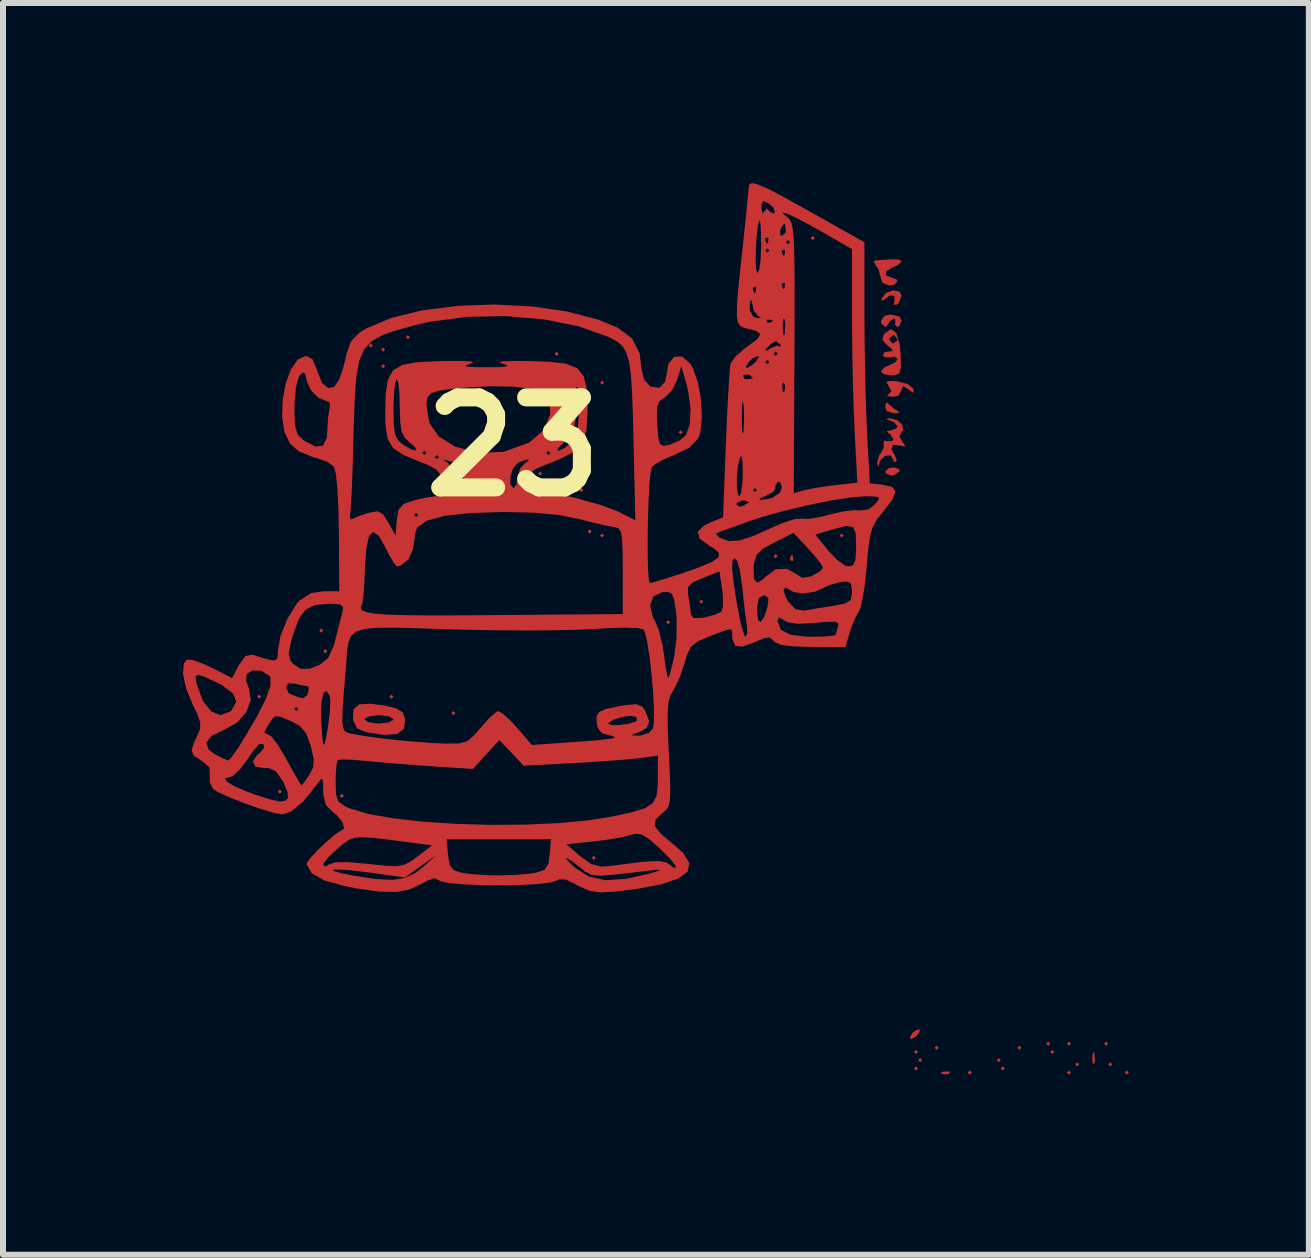
<source format=kicad_pcb>
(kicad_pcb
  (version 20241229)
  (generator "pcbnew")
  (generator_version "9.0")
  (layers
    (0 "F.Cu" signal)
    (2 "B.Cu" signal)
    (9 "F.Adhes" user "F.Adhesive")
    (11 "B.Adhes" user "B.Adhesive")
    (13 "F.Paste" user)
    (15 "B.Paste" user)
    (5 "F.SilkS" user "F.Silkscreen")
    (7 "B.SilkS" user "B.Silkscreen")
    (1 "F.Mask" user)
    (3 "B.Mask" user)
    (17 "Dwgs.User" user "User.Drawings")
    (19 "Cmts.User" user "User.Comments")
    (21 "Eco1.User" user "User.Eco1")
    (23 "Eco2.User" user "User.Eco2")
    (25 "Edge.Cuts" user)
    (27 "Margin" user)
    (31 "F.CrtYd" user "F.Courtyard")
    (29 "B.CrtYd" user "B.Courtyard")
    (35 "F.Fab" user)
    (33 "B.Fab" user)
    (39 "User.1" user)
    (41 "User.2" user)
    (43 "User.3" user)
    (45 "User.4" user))
  (footprint "23"
    (layer "F.Cu")
    (at 5.502 4.393)
    (property "Reference" "23" (at 0 0 0) (layer "F.SilkS") (effects (font (size 1.5 1.5) (thickness 0.3))))
    (attr board_only exclude_from_pos_files exclude_from_bom)
    (fp_poly (pts (xy -4.199 4.164) (xy -4.233 4.199) (xy -4.268 4.164) (xy -4.233 4.13)) (stroke (width 0) (type solid)) (fill yes) (layer "F.Cu"))
    (fp_poly (pts (xy -3.855 5.748) (xy -3.889 5.782) (xy -3.924 5.748) (xy -3.889 5.713)) (stroke (width 0) (type solid)) (fill yes) (layer "F.Cu"))
    (fp_poly (pts (xy -3.166 3.063) (xy -3.201 3.098) (xy -3.235 3.063) (xy -3.201 3.029)) (stroke (width 0) (type solid)) (fill yes) (layer "F.Cu"))
    (fp_poly (pts (xy -3.098 3.407) (xy -3.132 3.442) (xy -3.166 3.407) (xy -3.132 3.373)) (stroke (width 0) (type solid)) (fill yes) (layer "F.Cu"))
    (fp_poly (pts (xy -2.822 5.817) (xy -2.857 5.851) (xy -2.891 5.817) (xy -2.857 5.782)) (stroke (width 0) (type solid)) (fill yes) (layer "F.Cu"))
    (fp_poly (pts (xy -2.34 -1.686) (xy -2.375 -1.652) (xy -2.409 -1.686) (xy -2.375 -1.721)) (stroke (width 0) (type solid)) (fill yes) (layer "F.Cu"))
    (fp_poly (pts (xy -2.134 -1.618) (xy -2.168 -1.583) (xy -2.203 -1.618) (xy -2.168 -1.652)) (stroke (width 0) (type solid)) (fill yes) (layer "F.Cu"))
    (fp_poly (pts (xy -2.134 -1.342) (xy -2.168 -1.308) (xy -2.203 -1.342) (xy -2.168 -1.377)) (stroke (width 0) (type solid)) (fill yes) (layer "F.Cu"))
    (fp_poly (pts (xy -1.996 4.164) (xy -2.031 4.199) (xy -2.065 4.164) (xy -2.031 4.13)) (stroke (width 0) (type solid)) (fill yes) (layer "F.Cu"))
    (fp_poly (pts (xy -1.721 -1.824) (xy -1.755 -1.79) (xy -1.79 -1.824) (xy -1.755 -1.859)) (stroke (width 0) (type solid)) (fill yes) (layer "F.Cu"))
    (fp_poly (pts (xy -0.964 4.44) (xy -0.998 4.474) (xy -1.033 4.44) (xy -0.998 4.405)) (stroke (width 0) (type solid)) (fill yes) (layer "F.Cu"))
    (fp_poly (pts (xy 0.482 0.447) (xy 0.447 0.482) (xy 0.413 0.447) (xy 0.447 0.413)) (stroke (width 0) (type solid)) (fill yes) (layer "F.Cu"))
    (fp_poly (pts (xy 0.757 -1.549) (xy 0.723 -1.514) (xy 0.688 -1.549) (xy 0.723 -1.583)) (stroke (width 0) (type solid)) (fill yes) (layer "F.Cu"))
    (fp_poly (pts (xy 1.101 0.241) (xy 1.067 0.275) (xy 1.033 0.241) (xy 1.067 0.207)) (stroke (width 0) (type solid)) (fill yes) (layer "F.Cu"))
    (fp_poly (pts (xy 1.101 0.379) (xy 1.067 0.413) (xy 1.033 0.379) (xy 1.067 0.344)) (stroke (width 0) (type solid)) (fill yes) (layer "F.Cu"))
    (fp_poly (pts (xy 1.17 0.723) (xy 1.136 0.757) (xy 1.101 0.723) (xy 1.136 0.688)) (stroke (width 0) (type solid)) (fill yes) (layer "F.Cu"))
    (fp_poly (pts (xy 1.308 1.411) (xy 1.273 1.446) (xy 1.239 1.411) (xy 1.273 1.377)) (stroke (width 0) (type solid)) (fill yes) (layer "F.Cu"))
    (fp_poly (pts (xy 1.377 6.849) (xy 1.342 6.883) (xy 1.308 6.849) (xy 1.342 6.815)) (stroke (width 0) (type solid)) (fill yes) (layer "F.Cu"))
    (fp_poly (pts (xy 1.514 -1.067) (xy 1.48 -1.033) (xy 1.446 -1.067) (xy 1.48 -1.101)) (stroke (width 0) (type solid)) (fill yes) (layer "F.Cu"))
    (fp_poly (pts (xy 1.514 1.48) (xy 1.48 1.514) (xy 1.446 1.48) (xy 1.48 1.446)) (stroke (width 0) (type solid)) (fill yes) (layer "F.Cu"))
    (fp_poly (pts (xy 2.616 2.925) (xy 2.581 2.96) (xy 2.547 2.925) (xy 2.581 2.891)) (stroke (width 0) (type solid)) (fill yes) (layer "F.Cu"))
    (fp_poly (pts (xy 2.822 -0.241) (xy 2.788 -0.207) (xy 2.753 -0.241) (xy 2.788 -0.275)) (stroke (width 0) (type solid)) (fill yes) (layer "F.Cu"))
    (fp_poly (pts (xy 3.166 2.581) (xy 3.132 2.616) (xy 3.098 2.581) (xy 3.132 2.547)) (stroke (width 0) (type solid)) (fill yes) (layer "F.Cu"))
    (fp_poly (pts (xy 4.405 1.824) (xy 4.371 1.859) (xy 4.337 1.824) (xy 4.371 1.79)) (stroke (width 0) (type solid)) (fill yes) (layer "F.Cu"))
    (fp_poly (pts (xy 5.025 -3.476) (xy 4.991 -3.442) (xy 4.956 -3.476) (xy 4.991 -3.511)) (stroke (width 0) (type solid)) (fill yes) (layer "F.Cu"))
    (fp_poly (pts (xy 5.507 1.48) (xy 5.472 1.514) (xy 5.438 1.48) (xy 5.472 1.446)) (stroke (width 0) (type solid)) (fill yes) (layer "F.Cu"))
    (fp_poly (pts (xy 6.746 10.084) (xy 6.711 10.119) (xy 6.677 10.084) (xy 6.711 10.05)) (stroke (width 0) (type solid)) (fill yes) (layer "F.Cu"))
    (fp_poly (pts (xy 6.746 10.36) (xy 6.711 10.394) (xy 6.677 10.36) (xy 6.711 10.325)) (stroke (width 0) (type solid)) (fill yes) (layer "F.Cu"))
    (fp_poly (pts (xy 6.815 10.222) (xy 6.78 10.256) (xy 6.746 10.222) (xy 6.78 10.188)) (stroke (width 0) (type solid)) (fill yes) (layer "F.Cu"))
    (fp_poly (pts (xy 7.09 10.015) (xy 7.056 10.05) (xy 7.021 10.015) (xy 7.056 9.981)) (stroke (width 0) (type solid)) (fill yes) (layer "F.Cu"))
    (fp_poly (pts (xy 7.641 10.428) (xy 7.606 10.463) (xy 7.572 10.428) (xy 7.606 10.394)) (stroke (width 0) (type solid)) (fill yes) (layer "F.Cu"))
    (fp_poly (pts (xy 8.122 10.222) (xy 8.088 10.256) (xy 8.054 10.222) (xy 8.088 10.188)) (stroke (width 0) (type solid)) (fill yes) (layer "F.Cu"))
    (fp_poly (pts (xy 8.191 10.36) (xy 8.157 10.394) (xy 8.122 10.36) (xy 8.157 10.325)) (stroke (width 0) (type solid)) (fill yes) (layer "F.Cu"))
    (fp_poly (pts (xy 8.467 10.015) (xy 8.432 10.05) (xy 8.398 10.015) (xy 8.432 9.981)) (stroke (width 0) (type solid)) (fill yes) (layer "F.Cu"))
    (fp_poly (pts (xy 8.949 9.947) (xy 8.914 9.981) (xy 8.88 9.947) (xy 8.914 9.912)) (stroke (width 0) (type solid)) (fill yes) (layer "F.Cu"))
    (fp_poly (pts (xy 9.017 10.084) (xy 8.983 10.119) (xy 8.949 10.084) (xy 8.983 10.05)) (stroke (width 0) (type solid)) (fill yes) (layer "F.Cu"))
    (fp_poly (pts (xy 9.293 9.947) (xy 9.258 9.981) (xy 9.224 9.947) (xy 9.258 9.912)) (stroke (width 0) (type solid)) (fill yes) (layer "F.Cu"))
    (fp_poly (pts (xy 9.293 10.428) (xy 9.258 10.463) (xy 9.224 10.428) (xy 9.258 10.394)) (stroke (width 0) (type solid)) (fill yes) (layer "F.Cu"))
    (fp_poly (pts (xy 9.43 10.291) (xy 9.396 10.325) (xy 9.362 10.291) (xy 9.396 10.256)) (stroke (width 0) (type solid)) (fill yes) (layer "F.Cu"))
    (fp_poly (pts (xy 9.912 9.947) (xy 9.878 9.981) (xy 9.843 9.947) (xy 9.878 9.912)) (stroke (width 0) (type solid)) (fill yes) (layer "F.Cu"))
    (fp_poly (pts (xy 9.981 10.291) (xy 9.947 10.325) (xy 9.912 10.291) (xy 9.947 10.256)) (stroke (width 0) (type solid)) (fill yes) (layer "F.Cu"))
    (fp_poly (pts (xy 10.256 10.428) (xy 10.222 10.463) (xy 10.188 10.428) (xy 10.222 10.394)) (stroke (width 0) (type solid)) (fill yes) (layer "F.Cu"))
    (fp_poly (pts (xy 4.658 1.813) (xy 4.666 1.894) (xy 4.658 1.904) (xy 4.617 1.895) (xy 4.612 1.859) (xy 4.637 1.802)) (stroke (width 0) (type solid)) (fill yes) (layer "F.Cu"))
    (fp_poly (pts (xy 7.278 10.421) (xy 7.257 10.453) (xy 7.187 10.457) (xy 7.114 10.441) (xy 7.146 10.416) (xy 7.253 10.408)) (stroke (width 0) (type solid)) (fill yes) (layer "F.Cu"))
    (fp_poly (pts (xy 9.682 10.101) (xy 9.692 10.242) (xy 9.682 10.274) (xy 9.657 10.282) (xy 9.648 10.188) (xy 9.659 10.09)) (stroke (width 0) (type solid)) (fill yes) (layer "F.Cu"))
    (fp_poly (pts (xy 6.778 9.716) (xy 6.754 9.775) (xy 6.704 9.829) (xy 6.627 9.873) (xy 6.608 9.85) (xy 6.65 9.767) (xy 6.731 9.711)) (stroke (width 0) (type solid)) (fill yes) (layer "F.Cu"))
    (fp_poly (pts (xy 6.248 -0.716) (xy 6.355 -0.624) (xy 6.402 -0.601) (xy 6.44 -0.569) (xy 6.35 -0.556) (xy 6.222 -0.592) (xy 6.196 -0.671) (xy 6.216 -0.742)) (stroke (width 0) (type solid)) (fill yes) (layer "F.Cu"))
    (fp_poly (pts (xy 6.432 0.371) (xy 6.436 0.413) (xy 6.336 0.476) (xy 6.294 0.482) (xy 6.205 0.443) (xy 6.195 0.413) (xy 6.253 0.358) (xy 6.337 0.344)) (stroke (width 0) (type solid)) (fill yes) (layer "F.Cu"))
    (fp_poly (pts (xy 6.435 -2.586) (xy 6.47 -2.521) (xy 6.423 -2.397) (xy 6.39 -2.368) (xy 6.338 -2.364) (xy 6.353 -2.432) (xy 6.349 -2.515) (xy 6.275 -2.521) (xy 6.175 -2.446) (xy 6.173 -2.444) (xy 6.137 -2.429) (xy 6.144 -2.478) (xy 6.215 -2.566) (xy 6.331 -2.605)) (stroke (width 0) (type solid)) (fill yes) (layer "F.Cu"))
    (fp_poly (pts (xy 6.437 -2.167) (xy 6.47 -2.099) (xy 6.431 -2.008) (xy 6.398 -1.996) (xy 6.356 -2.038) (xy 6.367 -2.065) (xy 6.362 -2.128) (xy 6.337 -2.134) (xy 6.267 -2.084) (xy 6.264 -2.065) (xy 6.212 -1.998) (xy 6.195 -1.996) (xy 6.134 -2.052) (xy 6.126 -2.099) (xy 6.186 -2.183) (xy 6.298 -2.203)) (stroke (width 0) (type solid)) (fill yes) (layer "F.Cu"))
    (fp_poly (pts (xy 6.401 -1.089) (xy 6.57 -1.046) (xy 6.663 -0.97) (xy 6.666 -0.964) (xy 6.676 -0.897) (xy 6.617 -0.929) (xy 6.585 -0.955) (xy 6.497 -1.013) (xy 6.471 -0.967) (xy 6.47 -0.938) (xy 6.414 -0.847) (xy 6.316 -0.831) (xy 6.23 -0.848) (xy 6.25 -0.873) (xy 6.303 -0.924) (xy 6.254 -1.01) (xy 6.216 -1.077) (xy 6.273 -1.097)) (stroke (width 0) (type solid)) (fill yes) (layer "F.Cu"))
    (fp_poly (pts (xy 6.415 -3.12) (xy 6.467 -3.099) (xy 6.47 -3.087) (xy 6.414 -3.03) (xy 6.333 -2.994) (xy 6.22 -2.928) (xy 6.204 -2.857) (xy 6.292 -2.822) (xy 6.298 -2.822) (xy 6.39 -2.785) (xy 6.402 -2.753) (xy 6.344 -2.697) (xy 6.264 -2.685) (xy 6.148 -2.734) (xy 6.126 -2.808) (xy 6.083 -2.961) (xy 6.044 -3.015) (xy 6.004 -3.087) (xy 6.026 -3.103) (xy 6.276 -3.121)) (stroke (width 0) (type solid)) (fill yes) (layer "F.Cu"))
    (fp_poly (pts (xy -2.151 4.312) (xy -1.946 4.361) (xy -1.842 4.426) (xy -1.802 4.531) (xy -1.801 4.536) (xy -1.819 4.699) (xy -1.935 4.787) (xy -2.157 4.802) (xy -2.444 4.758) (xy -2.602 4.694) (xy -2.666 4.564) (xy -2.669 4.543) (xy -2.478 4.543) (xy -2.418 4.589) (xy -2.269 4.611) (xy -2.237 4.612) (xy -2.078 4.595) (xy -1.998 4.552) (xy -1.996 4.543) (xy -2.057 4.498) (xy -2.206 4.475) (xy -2.237 4.474) (xy -2.396 4.492) (xy -2.476 4.534) (xy -2.478 4.543) (xy -2.669 4.543) (xy -2.672 4.525) (xy -2.66 4.374) (xy -2.568 4.294) (xy -2.379 4.281)) (stroke (width 0) (type solid)) (fill yes) (layer "F.Cu"))
    (fp_poly (pts (xy 6.38 -1.899) (xy 6.436 -1.721) (xy 6.455 -1.527) (xy 6.459 -1.325) (xy 6.435 -1.225) (xy 6.369 -1.191) (xy 6.298 -1.187) (xy 6.169 -1.21) (xy 6.126 -1.254) (xy 6.184 -1.323) (xy 6.264 -1.357) (xy 6.376 -1.414) (xy 6.402 -1.461) (xy 6.351 -1.501) (xy 6.301 -1.49) (xy 6.19 -1.491) (xy 6.159 -1.517) (xy 6.179 -1.572) (xy 6.243 -1.585) (xy 6.326 -1.594) (xy 6.3 -1.637) (xy 6.237 -1.686) (xy 6.149 -1.778) (xy 6.153 -1.79) (xy 6.264 -1.79) (xy 6.316 -1.723) (xy 6.333 -1.721) (xy 6.4 -1.773) (xy 6.402 -1.79) (xy 6.349 -1.857) (xy 6.333 -1.859) (xy 6.266 -1.806) (xy 6.264 -1.79) (xy 6.153 -1.79) (xy 6.175 -1.868) (xy 6.194 -1.892) (xy 6.297 -1.959)) (stroke (width 0) (type solid)) (fill yes) (layer "F.Cu"))
    (fp_poly (pts (xy 6.395 -0.444) (xy 6.483 -0.363) (xy 6.5 -0.274) (xy 6.47 -0.241) (xy 6.436 -0.166) (xy 6.484 -0.084) (xy 6.537 -0.006) (xy 6.488 -0.007) (xy 6.46 -0.017) (xy 6.332 -0.031) (xy 6.299 0.035) (xy 6.343 0.116) (xy 6.389 0.216) (xy 6.377 0.254) (xy 6.336 0.246) (xy 6.333 0.218) (xy 6.29 0.145) (xy 6.199 0.15) (xy 6.119 0.223) (xy 6.105 0.258) (xy 6.079 0.339) (xy 6.067 0.288) (xy 6.065 0.262) (xy 6.097 0.137) (xy 6.131 0.1) (xy 6.177 0.006) (xy 6.169 -0.038) (xy 6.177 -0.101) (xy 6.233 -0.092) (xy 6.319 -0.095) (xy 6.333 -0.125) (xy 6.279 -0.212) (xy 6.247 -0.23) (xy 6.223 -0.26) (xy 6.281 -0.27) (xy 6.383 -0.305) (xy 6.402 -0.339) (xy 6.345 -0.408) (xy 6.281 -0.434) (xy 6.204 -0.461) (xy 6.258 -0.473) (xy 6.273 -0.474)) (stroke (width 0) (type solid)) (fill yes) (layer "F.Cu"))
    (fp_poly (pts (xy 4.084 -4.368) (xy 4.251 -4.294) (xy 4.5 -4.164) (xy 4.847 -3.972) (xy 4.963 -3.906) (xy 5.851 -3.407) (xy 5.851 -2.231) (xy 5.854 -1.759) (xy 5.862 -1.257) (xy 5.874 -0.774) (xy 5.889 -0.36) (xy 5.896 -0.221) (xy 5.941 0.612) (xy 6.149 0.633) (xy 6.314 0.67) (xy 6.369 0.748) (xy 6.317 0.882) (xy 6.172 1.07) (xy 6.062 1.208) (xy 5.99 1.337) (xy 5.944 1.493) (xy 5.913 1.715) (xy 5.889 1.996) (xy 5.859 2.291) (xy 5.82 2.539) (xy 5.779 2.704) (xy 5.759 2.746) (xy 5.687 2.874) (xy 5.615 3.063) (xy 5.607 3.09) (xy 5.535 3.338) (xy 4.966 3.336) (xy 4.651 3.326) (xy 4.453 3.3) (xy 4.351 3.253) (xy 4.336 3.235) (xy 4.278 3.18) (xy 4.182 3.189) (xy 4.026 3.256) (xy 3.816 3.333) (xy 3.695 3.315) (xy 3.649 3.198) (xy 3.648 3.162) (xy 3.648 3.079) (xy 3.628 3.043) (xy 3.557 3.053) (xy 3.403 3.108) (xy 3.275 3.157) (xy 3.071 3.245) (xy 2.957 3.338) (xy 2.89 3.48) (xy 2.859 3.59) (xy 2.784 3.819) (xy 2.692 4.018) (xy 2.665 4.061) (xy 2.617 4.147) (xy 2.586 4.259) (xy 2.573 4.422) (xy 2.574 4.662) (xy 2.587 5.006) (xy 2.593 5.112) (xy 2.61 5.475) (xy 2.617 5.726) (xy 2.61 5.889) (xy 2.588 5.989) (xy 2.548 6.051) (xy 2.489 6.099) (xy 2.37 6.213) (xy 2.361 6.326) (xy 2.469 6.461) (xy 2.613 6.578) (xy 2.834 6.772) (xy 2.933 6.938) (xy 2.906 7.078) (xy 2.752 7.195) (xy 2.467 7.292) (xy 2.05 7.37) (xy 1.709 7.412) (xy 1.452 7.427) (xy 1.266 7.399) (xy 1.088 7.318) (xy 1.064 7.304) (xy 0.878 7.212) (xy 0.76 7.207) (xy 0.72 7.23) (xy 0.613 7.263) (xy 0.406 7.287) (xy 0.129 7.302) (xy -0.187 7.308) (xy -0.509 7.305) (xy -0.807 7.293) (xy -1.049 7.273) (xy -1.204 7.244) (xy -1.242 7.222) (xy -1.312 7.187) (xy -1.445 7.236) (xy -1.533 7.287) (xy -1.724 7.377) (xy -1.946 7.419) (xy -2.227 7.414) (xy -2.597 7.362) (xy -2.788 7.326) (xy -3.138 7.23) (xy -3.356 7.109) (xy -3.392 7.048) (xy -2.995 7.048) (xy -2.993 7.068) (xy -2.872 7.104) (xy -2.673 7.145) (xy -2.293 7.204) (xy -2.012 7.218) (xy -1.8 7.184) (xy -1.625 7.098) (xy -1.514 7.011) (xy -1.273 6.798) (xy -1.539 6.988) (xy -1.805 7.178) (xy -2.39 7.096) (xy -2.684 7.06) (xy -2.889 7.044) (xy -2.995 7.048) (xy -3.392 7.048) (xy -3.439 6.966) (xy -3.166 6.966) (xy -3.131 6.999) (xy -3.075 6.962) (xy -2.967 6.926) (xy -2.757 6.922) (xy -2.43 6.95) (xy -2.414 6.952) (xy -2.132 6.982) (xy -1.948 6.989) (xy -1.821 6.968) (xy -1.713 6.913) (xy -1.599 6.83) (xy -1.353 6.643) (xy -1.692 6.598) (xy -2.07 6.549) (xy -2.152 6.539) (xy -1.11 6.539) (xy -1.088 6.797) (xy -1.058 6.973) (xy -0.984 7.06) (xy -0.86 7.099) (xy -0.676 7.123) (xy -0.421 7.139) (xy -0.241 7.143) (xy 0.023 7.135) (xy 0.263 7.116) (xy 0.379 7.099) (xy 0.519 7.05) (xy 0.584 6.952) (xy 0.596 6.865) (xy 0.879 6.865) (xy 0.952 6.944) (xy 1.03 7.016) (xy 1.258 7.162) (xy 1.532 7.223) (xy 1.877 7.201) (xy 2.237 7.121) (xy 2.41 7.07) (xy 2.452 7.048) (xy 2.368 7.052) (xy 2.34 7.055) (xy 2.132 7.079) (xy 1.863 7.11) (xy 1.7 7.129) (xy 1.459 7.149) (xy 1.306 7.134) (xy 1.194 7.077) (xy 1.149 7.04) (xy 1.003 6.923) (xy 0.895 6.855) (xy 0.879 6.865) (xy 0.596 6.865) (xy 0.606 6.797) (xy 0.621 6.625) (xy 0.886 6.625) (xy 1.114 6.822) (xy 1.298 6.954) (xy 1.468 6.996) (xy 1.583 6.989) (xy 1.8 6.962) (xy 2.068 6.929) (xy 2.178 6.915) (xy 2.422 6.902) (xy 2.56 6.93) (xy 2.578 6.947) (xy 2.678 7.017) (xy 2.706 7.02) (xy 2.702 6.978) (xy 2.615 6.868) (xy 2.462 6.714) (xy 2.461 6.712) (xy 2.271 6.544) (xy 2.141 6.462) (xy 2.037 6.448) (xy 1.975 6.465) (xy 1.826 6.504) (xy 1.593 6.544) (xy 1.352 6.575) (xy 0.886 6.625) (xy 0.621 6.625) (xy 0.628 6.539) (xy -0.241 6.539) (xy -1.11 6.539) (xy -2.152 6.539) (xy -2.338 6.518) (xy -2.521 6.506) (xy -2.645 6.517) (xy -2.737 6.551) (xy -2.823 6.61) (xy -2.913 6.685) (xy -3.063 6.822) (xy -3.154 6.932) (xy -3.166 6.966) (xy -3.439 6.966) (xy -3.441 6.963) (xy -3.442 6.943) (xy -3.395 6.869) (xy -3.279 6.742) (xy -3.131 6.599) (xy -2.989 6.476) (xy -2.89 6.407) (xy -2.874 6.402) (xy -2.818 6.359) (xy -2.843 6.26) (xy -2.933 6.146) (xy -2.994 6.098) (xy -3.12 5.975) (xy -3.165 5.795) (xy -3.166 5.731) (xy -3.169 5.591) (xy -2.96 5.591) (xy -2.953 5.796) (xy -2.914 5.911) (xy -2.816 5.984) (xy -2.721 6.027) (xy -2.419 6.118) (xy -2.008 6.191) (xy -1.513 6.247) (xy -0.962 6.284) (xy -0.383 6.301) (xy 0.199 6.297) (xy 0.757 6.272) (xy 1.263 6.224) (xy 1.632 6.165) (xy 1.966 6.093) (xy 2.188 6.026) (xy 2.32 5.943) (xy 2.385 5.827) (xy 2.407 5.658) (xy 2.409 5.531) (xy 2.409 5.147) (xy 2.117 5.187) (xy 1.93 5.207) (xy 1.646 5.23) (xy 1.306 5.254) (xy 0.998 5.271) (xy 0.172 5.315) (xy -0.03 5.101) (xy -0.232 4.888) (xy -0.452 5.128) (xy -0.672 5.369) (xy -1.317 5.328) (xy -1.673 5.303) (xy -2.044 5.274) (xy -2.361 5.244) (xy -2.427 5.238) (xy -2.666 5.217) (xy -2.845 5.211) (xy -2.926 5.221) (xy -2.926 5.221) (xy -2.946 5.304) (xy -2.958 5.476) (xy -2.96 5.591) (xy -3.169 5.591) (xy -3.17 5.568) (xy -3.191 5.528) (xy -3.248 5.593) (xy -3.275 5.632) (xy -3.498 5.909) (xy -3.698 6.077) (xy -3.844 6.126) (xy -3.988 6.101) (xy -4.212 6.034) (xy -4.472 5.943) (xy -4.722 5.845) (xy -4.919 5.755) (xy -5.002 5.704) (xy -5.06 5.582) (xy -5.057 5.528) (xy -4.806 5.528) (xy -4.768 5.584) (xy -4.633 5.664) (xy -4.415 5.756) (xy -4.324 5.789) (xy -4.061 5.874) (xy -3.897 5.911) (xy -3.803 5.902) (xy -3.754 5.856) (xy -3.76 5.76) (xy -3.823 5.603) (xy -3.844 5.563) (xy -3.957 5.407) (xy -4.078 5.353) (xy -4.155 5.355) (xy -4.298 5.33) (xy -4.339 5.243) (xy -4.268 5.136) (xy -4.224 5.106) (xy -4.151 5.015) (xy -4.164 4.957) (xy -4.227 4.95) (xy -4.334 5.068) (xy -4.414 5.189) (xy -4.546 5.367) (xy -4.669 5.483) (xy -4.729 5.507) (xy -4.806 5.528) (xy -5.057 5.528) (xy -5.055 5.478) (xy -5.062 5.344) (xy -5.182 5.24) (xy -5.193 5.234) (xy -5.324 5.148) (xy -5.36 5.054) (xy -5.318 4.931) (xy -5.114 4.931) (xy -5.075 5.048) (xy -4.975 5.122) (xy -4.832 5.195) (xy -4.751 5.228) (xy -4.75 5.229) (xy -4.697 5.177) (xy -4.6 5.042) (xy -4.533 4.939) (xy -4.428 4.762) (xy -4.149 4.762) (xy -4.116 4.782) (xy -4.113 4.781) (xy -4.036 4.822) (xy -3.92 4.97) (xy -3.786 5.196) (xy -3.668 5.412) (xy -3.577 5.571) (xy -3.531 5.643) (xy -3.529 5.644) (xy -3.485 5.594) (xy -3.401 5.472) (xy -3.4 5.471) (xy -3.334 5.343) (xy -3.324 5.211) (xy -3.366 5.014) (xy -3.374 4.986) (xy -3.452 4.774) (xy -3.562 4.648) (xy -3.701 4.574) (xy -3.87 4.504) (xy -3.958 4.488) (xy -4.016 4.535) (xy -4.088 4.644) (xy -4.149 4.762) (xy -4.428 4.762) (xy -4.287 4.524) (xy -4.25 4.453) (xy -3.203 4.453) (xy -3.201 4.525) (xy -3.185 4.804) (xy -3.168 4.95) (xy -3.148 4.966) (xy -3.12 4.857) (xy -3.085 4.656) (xy -3.074 4.564) (xy -2.849 4.564) (xy -2.837 4.679) (xy -2.805 4.74) (xy -2.75 4.769) (xy -2.67 4.787) (xy -2.66 4.789) (xy -2.425 4.83) (xy -2.101 4.871) (xy -1.738 4.907) (xy -1.382 4.935) (xy -1.122 4.947) (xy -0.904 4.944) (xy -0.764 4.905) (xy -0.643 4.801) (xy -0.542 4.681) (xy -0.403 4.523) (xy -0.289 4.424) (xy -0.248 4.405) (xy -0.166 4.454) (xy -0.033 4.578) (xy 0.067 4.688) (xy 0.31 4.97) (xy 1.102 4.914) (xy 1.432 4.888) (xy 1.634 4.863) (xy 1.704 4.84) (xy 1.652 4.822) (xy 1.482 4.776) (xy 1.407 4.686) (xy 1.393 4.616) (xy 1.583 4.616) (xy 1.641 4.639) (xy 1.775 4.637) (xy 1.928 4.615) (xy 2.043 4.578) (xy 2.059 4.568) (xy 2.052 4.507) (xy 2.047 4.502) (xy 1.956 4.484) (xy 1.809 4.505) (xy 1.665 4.551) (xy 1.586 4.605) (xy 1.583 4.616) (xy 1.393 4.616) (xy 1.39 4.601) (xy 1.387 4.492) (xy 1.429 4.421) (xy 1.542 4.371) (xy 1.753 4.326) (xy 1.872 4.306) (xy 2.053 4.29) (xy 2.154 4.334) (xy 2.199 4.398) (xy 2.265 4.574) (xy 2.225 4.685) (xy 2.117 4.747) (xy 1.962 4.81) (xy 2.114 4.814) (xy 2.261 4.769) (xy 2.325 4.698) (xy 2.344 4.58) (xy 2.344 4.365) (xy 2.33 4.091) (xy 2.304 3.791) (xy 2.271 3.5) (xy 2.232 3.255) (xy 2.193 3.09) (xy 2.168 3.043) (xy 2.072 3.022) (xy 1.867 3.015) (xy 1.578 3.023) (xy 1.342 3.037) (xy 1.044 3.051) (xy 0.641 3.06) (xy 0.167 3.062) (xy -0.346 3.058) (xy -0.863 3.048) (xy -1.022 3.043) (xy -1.551 3.026) (xy -1.959 3.015) (xy -2.262 3.017) (xy -2.476 3.036) (xy -2.617 3.08) (xy -2.702 3.154) (xy -2.748 3.265) (xy -2.77 3.417) (xy -2.784 3.618) (xy -2.79 3.693) (xy -2.823 4.093) (xy -2.844 4.376) (xy -2.849 4.564) (xy -3.074 4.564) (xy -3.056 4.421) (xy -3.048 4.233) (xy -3.058 4.152) (xy -3.114 4.069) (xy -3.161 4.104) (xy -3.194 4.238) (xy -3.203 4.453) (xy -4.25 4.453) (xy -4.208 4.371) (xy -3.648 4.371) (xy -3.614 4.405) (xy -3.579 4.371) (xy -3.614 4.337) (xy -3.648 4.371) (xy -4.208 4.371) (xy -4.125 4.209) (xy -4.056 4.014) (xy -3.786 4.014) (xy -3.739 4.109) (xy -3.585 4.173) (xy -3.501 4.191) (xy -3.441 4.144) (xy -3.417 4.096) (xy -3.407 4.006) (xy -3.427 3.991) (xy -3.526 3.975) (xy -3.631 3.949) (xy -3.754 3.943) (xy -3.786 4.014) (xy -4.056 4.014) (xy -4.046 3.985) (xy -4.046 3.846) (xy -4.062 3.819) (xy -4.195 3.734) (xy -4.346 3.727) (xy -4.444 3.792) (xy -4.45 3.904) (xy -4.404 4.029) (xy -4.373 4.219) (xy -4.448 4.422) (xy -4.606 4.601) (xy -4.808 4.712) (xy -5.023 4.815) (xy -5.114 4.931) (xy -5.318 4.931) (xy -5.31 4.907) (xy -5.27 4.826) (xy -5.217 4.702) (xy -5.216 4.589) (xy -5.272 4.437) (xy -5.339 4.301) (xy -5.45 4.03) (xy -5.494 3.828) (xy -5.293 3.828) (xy -5.28 3.927) (xy -5.269 3.975) (xy -5.169 4.24) (xy -5.032 4.41) (xy -4.877 4.473) (xy -4.721 4.416) (xy -4.695 4.392) (xy -4.615 4.249) (xy -4.67 4.109) (xy -4.86 3.97) (xy -4.924 3.937) (xy -5.138 3.836) (xy -5.253 3.799) (xy -5.293 3.828) (xy -5.494 3.828) (xy -5.502 3.79) (xy -5.49 3.615) (xy -5.441 3.547) (xy -5.347 3.553) (xy -5.177 3.612) (xy -5.029 3.68) (xy -4.685 3.855) (xy -4.574 3.642) (xy -4.463 3.489) (xy -4.349 3.465) (xy -4.349 3.465) (xy -4.12 3.536) (xy -3.993 3.563) (xy -3.937 3.542) (xy -3.924 3.47) (xy -3.924 3.443) (xy -3.741 3.443) (xy -3.715 3.561) (xy -3.672 3.614) (xy -3.543 3.702) (xy -3.392 3.699) (xy -3.223 3.633) (xy -3.084 3.52) (xy -2.991 3.316) (xy -2.97 3.238) (xy -2.914 3.012) (xy -2.863 2.818) (xy -2.85 2.771) (xy -2.837 2.682) (xy -2.541 2.682) (xy -2.522 2.725) (xy -2.45 2.757) (xy -2.313 2.781) (xy -2.1 2.798) (xy -1.796 2.807) (xy -1.391 2.811) (xy -0.871 2.81) (xy -0.322 2.806) (xy 1.824 2.788) (xy 1.824 2.641) (xy 2.279 2.641) (xy 2.326 2.838) (xy 2.363 2.904) (xy 2.427 3.061) (xy 2.484 3.294) (xy 2.51 3.459) (xy 2.539 3.671) (xy 2.565 3.815) (xy 2.581 3.855) (xy 2.607 3.794) (xy 2.649 3.637) (xy 2.682 3.494) (xy 2.72 3.188) (xy 2.722 2.862) (xy 2.713 2.767) (xy 2.682 2.556) (xy 2.644 2.455) (xy 2.911 2.455) (xy 2.919 2.499) (xy 2.949 2.677) (xy 2.96 2.795) (xy 3.002 2.854) (xy 3.142 2.853) (xy 3.184 2.846) (xy 3.356 2.801) (xy 3.465 2.751) (xy 3.468 2.749) (xy 3.494 2.654) (xy 3.492 2.476) (xy 3.482 2.387) (xy 3.435 2.079) (xy 3.157 2.188) (xy 2.984 2.265) (xy 2.913 2.341) (xy 2.911 2.455) (xy 2.644 2.455) (xy 2.642 2.451) (xy 2.573 2.418) (xy 2.487 2.423) (xy 2.335 2.494) (xy 2.279 2.641) (xy 1.824 2.641) (xy 1.824 2.071) (xy 1.822 1.749) (xy 1.814 1.541) (xy 1.793 1.42) (xy 1.757 1.362) (xy 1.699 1.342) (xy 1.686 1.34) (xy 1.551 1.316) (xy 1.332 1.266) (xy 1.101 1.206) (xy 0.757 1.137) (xy 0.337 1.099) (xy -0.172 1.088) (xy -0.726 1.106) (xy -1.147 1.153) (xy -1.436 1.231) (xy -1.594 1.34) (xy -1.626 1.412) (xy -1.654 1.595) (xy -1.672 1.709) (xy -1.745 1.876) (xy -1.875 1.981) (xy -1.937 1.995) (xy -1.989 1.939) (xy -2.073 1.794) (xy -2.129 1.681) (xy -2.244 1.482) (xy -2.335 1.418) (xy -2.404 1.491) (xy -2.449 1.698) (xy -2.472 2.041) (xy -2.472 2.044) (xy -2.483 2.303) (xy -2.499 2.509) (xy -2.517 2.621) (xy -2.52 2.629) (xy -2.541 2.682) (xy -2.837 2.682) (xy -2.835 2.67) (xy -2.889 2.627) (xy -3.043 2.617) (xy -3.072 2.617) (xy -3.296 2.636) (xy -3.453 2.71) (xy -3.568 2.861) (xy -3.664 3.115) (xy -3.704 3.253) (xy -3.741 3.443) (xy -3.924 3.443) (xy -3.924 3.413) (xy -3.88 3.158) (xy -3.766 2.872) (xy -3.612 2.621) (xy -3.564 2.565) (xy -3.368 2.438) (xy -3.158 2.409) (xy -2.899 2.409) (xy -2.906 1.421) (xy -2.911 1.157) (xy -2.721 1.157) (xy -2.712 1.212) (xy -2.682 1.203) (xy -2.568 1.154) (xy -2.406 1.101) (xy -2.262 1.075) (xy -2.17 1.123) (xy -2.082 1.261) (xy -1.962 1.48) (xy -1.941 1.224) (xy -1.926 1.136) (xy -1.652 1.136) (xy -1.618 1.17) (xy -1.583 1.136) (xy -1.618 1.101) (xy -1.652 1.136) (xy -1.926 1.136) (xy -1.911 1.05) (xy -1.832 0.958) (xy -1.665 0.897) (xy -1.464 0.85) (xy -1.303 0.827) (xy -1.286 0.826) (xy -1.201 0.797) (xy -1.178 0.687) (xy -1.183 0.604) (xy -1.211 0.467) (xy -1.285 0.376) (xy -1.44 0.296) (xy -1.549 0.255) (xy -1.651 0.213) (xy -1.164 0.213) (xy -1.129 0.244) (xy -1.086 0.273) (xy -0.995 0.408) (xy -0.991 0.553) (xy -0.983 0.713) (xy -0.92 0.757) (xy -0.849 0.693) (xy -0.84 0.625) (xy -0.049 0.625) (xy 0.000019 0.688) (xy 0.009 0.688) (xy 0.054 0.629) (xy 0.069 0.52) (xy 0.114 0.362) (xy 0.189 0.281) (xy 0.263 0.224) (xy 0.234 0.211) (xy 0.133 0.244) (xy 0.073 0.273) (xy -0.004 0.363) (xy -0.048 0.498) (xy -0.049 0.625) (xy -0.84 0.625) (xy -0.826 0.516) (xy -0.842 0.357) (xy -0.881 0.277) (xy -0.889 0.275) (xy -1.004 0.256) (xy -1.079 0.236) (xy -1.164 0.213) (xy -1.651 0.213) (xy -1.749 0.172) (xy -1.308 0.172) (xy -1.273 0.207) (xy -1.239 0.172) (xy -1.273 0.138) (xy -1.308 0.172) (xy -1.749 0.172) (xy -1.831 0.138) (xy -1.883 0.103) (xy -1.514 0.103) (xy -1.48 0.138) (xy -1.446 0.103) (xy -1.48 0.069) (xy -1.514 0.103) (xy -1.883 0.103) (xy -2.004 0.021) (xy -2.095 -0.133) (xy -2.129 -0.358) (xy -2.133 -0.544) (xy -2.131 -0.619) (xy -1.996 -0.619) (xy -1.99 -0.359) (xy -1.967 -0.198) (xy -1.914 -0.1) (xy -1.843 -0.038) (xy -1.699 0.046) (xy -1.619 0.064) (xy -1.627 0.019) (xy -1.719 -0.065) (xy -1.809 -0.15) (xy -1.861 -0.255) (xy -1.884 -0.42) (xy -1.891 -0.676) (xy -1.891 -0.687) (xy -1.446 -0.687) (xy -1.397 -0.394) (xy -1.243 -0.173) (xy -0.972 -0.003) (xy -0.574 0.105) (xy -0.541 0.103) (xy 0.551 0.103) (xy 0.585 0.138) (xy 0.62 0.103) (xy 0.585 0.069) (xy 0.551 0.103) (xy -0.541 0.103) (xy -0.157 0.084) (xy -0.111 0.068) (xy 0.739 0.068) (xy 0.748 0.069) (xy 0.85 0.024) (xy 0.964 -0.069) (xy 1.064 -0.23) (xy 1.09 -0.463) (xy 1.089 -0.499) (xy 1.077 -0.792) (xy 1.051 -0.501) (xy 0.994 -0.254) (xy 0.863 -0.084) (xy 0.847 -0.071) (xy 0.749 0.022) (xy 0.739 0.068) (xy -0.111 0.068) (xy 0.249 -0.063) (xy 0.277 -0.078) (xy 0.506 -0.275) (xy 0.615 -0.536) (xy 0.608 -0.802) (xy 0.523 -0.894) (xy 0.399 -0.935) (xy 1.038 -0.935) (xy 1.051 -0.846) (xy 1.074 -0.845) (xy 1.091 -0.937) (xy 1.08 -0.977) (xy 1.049 -1.003) (xy 1.038 -0.935) (xy 0.399 -0.935) (xy 0.321 -0.961) (xy 0.022 -1) (xy -0.357 -1.008) (xy -0.688 -0.992) (xy -1.019 -0.964) (xy -1.237 -0.934) (xy -1.364 -0.893) (xy -1.426 -0.83) (xy -1.445 -0.736) (xy -1.446 -0.687) (xy -1.891 -0.687) (xy -1.898 -0.907) (xy -1.917 -1.068) (xy -1.942 -1.126) (xy -1.945 -1.125) (xy -1.97 -1.045) (xy -1.989 -0.866) (xy -1.996 -0.626) (xy -1.996 -0.619) (xy -2.131 -0.619) (xy -2.125 -0.879) (xy -2.089 -1.115) (xy -2.004 -1.271) (xy -1.85 -1.362) (xy -1.606 -1.408) (xy -1.253 -1.425) (xy -1.101 -1.428) (xy -0.828 -1.428) (xy -0.686 -1.418) (xy -0.671 -1.398) (xy -0.723 -1.38) (xy -0.801 -1.351) (xy -0.77 -1.334) (xy -0.618 -1.326) (xy -0.447 -1.324) (xy -0.211 -1.327) (xy -0.101 -1.339) (xy -0.108 -1.36) (xy -0.172 -1.38) (xy -0.233 -1.407) (xy -0.169 -1.423) (xy 0.022 -1.429) (xy 0.207 -1.428) (xy 0.603 -1.416) (xy 0.882 -1.382) (xy 1.065 -1.308) (xy 1.172 -1.179) (xy 1.222 -0.977) (xy 1.237 -0.685) (xy 1.238 -0.583) (xy 1.219 -0.272) (xy 1.144 -0.056) (xy 0.989 0.099) (xy 0.729 0.228) (xy 0.63 0.266) (xy 0.404 0.356) (xy 0.286 0.427) (xy 0.249 0.501) (xy 0.256 0.553) (xy 0.348 0.672) (xy 0.473 0.727) (xy 1.036 0.854) (xy 1.463 0.973) (xy 1.756 1.084) (xy 1.782 1.098) (xy 2.034 1.226) (xy 2.007 0.045) (xy 1.995 -0.481) (xy 1.994 -0.491) (xy 2.392 -0.491) (xy 2.399 -0.37) (xy 2.416 -0.153) (xy 2.444 -0.045) (xy 2.501 -0.014) (xy 2.605 -0.032) (xy 2.605 -0.032) (xy 2.776 -0.106) (xy 2.874 -0.189) (xy 2.942 -0.371) (xy 2.954 -0.639) (xy 2.909 -0.952) (xy 2.879 -1.067) (xy 2.8 -1.342) (xy 2.73 -1.112) (xy 2.643 -0.935) (xy 2.526 -0.82) (xy 2.518 -0.816) (xy 2.436 -0.76) (xy 2.397 -0.665) (xy 2.392 -0.491) (xy 1.994 -0.491) (xy 1.98 -0.888) (xy 1.96 -1.193) (xy 1.93 -1.413) (xy 1.885 -1.567) (xy 1.823 -1.672) (xy 1.739 -1.747) (xy 1.628 -1.808) (xy 1.581 -1.831) (xy 1.087 -2.007) (xy 0.506 -2.123) (xy -0.123 -2.176) (xy -0.762 -2.165) (xy -1.373 -2.085) (xy -1.618 -2.03) (xy -1.936 -1.943) (xy -2.179 -1.859) (xy -2.358 -1.759) (xy -2.484 -1.623) (xy -2.566 -1.432) (xy -2.615 -1.168) (xy -2.642 -0.811) (xy -2.658 -0.343) (xy -2.663 -0.14) (xy -2.674 0.258) (xy -2.686 0.612) (xy -2.699 0.896) (xy -2.712 1.087) (xy -2.721 1.157) (xy -2.911 1.157) (xy -2.914 1.013) (xy -2.931 0.682) (xy -2.956 0.449) (xy -2.987 0.332) (xy -2.988 0.33) (xy -3.102 0.25) (xy -3.285 0.187) (xy -3.318 0.18) (xy -3.575 0.076) (xy -3.721 -0.054) (xy -3.813 -0.248) (xy -3.852 -0.501) (xy -3.849 -0.572) (xy -3.647 -0.572) (xy -3.636 -0.342) (xy -3.591 -0.203) (xy -3.497 -0.109) (xy -3.495 -0.107) (xy -3.298 -0.003) (xy -3.169 -0.017) (xy -3.106 -0.151) (xy -3.098 -0.27) (xy -3.087 -0.474) (xy -3.062 -0.63) (xy -3.056 -0.648) (xy -3.059 -0.741) (xy -3.102 -0.757) (xy -3.244 -0.813) (xy -3.375 -0.945) (xy -3.441 -1.095) (xy -3.442 -1.112) (xy -3.469 -1.218) (xy -3.503 -1.239) (xy -3.572 -1.173) (xy -3.621 -0.988) (xy -3.645 -0.698) (xy -3.647 -0.572) (xy -3.849 -0.572) (xy -3.842 -0.781) (xy -3.791 -1.056) (xy -3.704 -1.291) (xy -3.588 -1.455) (xy -3.452 -1.514) (xy -3.347 -1.458) (xy -3.27 -1.28) (xy -3.265 -1.257) (xy -3.188 -1.066) (xy -3.086 -0.978) (xy -3.081 -0.977) (xy -2.985 -0.997) (xy -2.904 -1.109) (xy -2.829 -1.329) (xy -2.778 -1.547) (xy -2.706 -1.753) (xy -2.57 -1.896) (xy -2.455 -1.968) (xy -2.03 -2.147) (xy -1.51 -2.273) (xy -0.926 -2.347) (xy -0.31 -2.369) (xy 0.307 -2.338) (xy 0.893 -2.254) (xy 1.415 -2.118) (xy 1.741 -1.984) (xy 1.98 -1.803) (xy 2.107 -1.551) (xy 2.134 -1.312) (xy 2.177 -1.122) (xy 2.285 -1.002) (xy 2.427 -0.983) (xy 2.443 -0.988) (xy 2.53 -1.082) (xy 2.547 -1.162) (xy 2.586 -1.383) (xy 2.683 -1.499) (xy 2.814 -1.502) (xy 2.949 -1.384) (xy 2.993 -1.31) (xy 3.077 -1.073) (xy 3.129 -0.782) (xy 3.143 -0.487) (xy 3.117 -0.239) (xy 3.082 -0.138) (xy 2.935 0.015) (xy 2.688 0.136) (xy 2.683 0.138) (xy 2.484 0.221) (xy 2.341 0.31) (xy 2.309 0.344) (xy 2.287 0.441) (xy 2.268 0.636) (xy 2.254 0.902) (xy 2.244 1.206) (xy 2.239 1.52) (xy 2.24 1.813) (xy 2.246 2.056) (xy 2.259 2.219) (xy 2.277 2.272) (xy 2.359 2.252) (xy 2.533 2.199) (xy 2.759 2.127) (xy 3.082 2.016) (xy 3.646 2.016) (xy 3.668 2.239) (xy 3.709 2.512) (xy 3.758 2.792) (xy 3.808 3.012) (xy 3.85 3.143) (xy 3.869 3.166) (xy 3.901 3.109) (xy 3.894 2.99) (xy 3.871 2.831) (xy 3.859 2.733) (xy 4.061 2.733) (xy 4.079 2.89) (xy 4.125 2.92) (xy 4.136 2.903) (xy 4.405 2.903) (xy 4.454 3.044) (xy 4.608 3.13) (xy 4.878 3.165) (xy 4.97 3.166) (xy 5.184 3.162) (xy 5.328 3.15) (xy 5.369 3.138) (xy 5.391 3.057) (xy 5.411 3) (xy 5.417 2.942) (xy 5.359 2.916) (xy 5.211 2.919) (xy 5.034 2.935) (xy 4.743 2.951) (xy 4.563 2.922) (xy 4.51 2.892) (xy 4.427 2.841) (xy 4.405 2.895) (xy 4.405 2.903) (xy 4.136 2.903) (xy 4.185 2.828) (xy 4.236 2.667) (xy 4.253 2.528) (xy 4.199 2.48) (xy 4.172 2.478) (xy 4.094 2.519) (xy 4.063 2.659) (xy 4.061 2.733) (xy 3.859 2.733) (xy 3.842 2.589) (xy 3.821 2.391) (xy 4.501 2.391) (xy 4.544 2.516) (xy 4.582 2.579) (xy 4.702 2.708) (xy 4.846 2.731) (xy 4.88 2.726) (xy 5.066 2.693) (xy 5.299 2.656) (xy 5.352 2.648) (xy 5.537 2.61) (xy 5.621 2.552) (xy 5.644 2.443) (xy 5.644 2.413) (xy 5.628 2.278) (xy 5.551 2.244) (xy 5.455 2.256) (xy 5.29 2.298) (xy 5.197 2.34) (xy 5.027 2.416) (xy 4.829 2.446) (xy 4.668 2.421) (xy 4.638 2.402) (xy 4.534 2.346) (xy 4.501 2.391) (xy 3.821 2.391) (xy 3.815 2.336) (xy 3.777 2.067) (xy 3.762 2.013) (xy 4.005 2.013) (xy 4.011 2.202) (xy 4.066 2.267) (xy 4.167 2.205) (xy 4.197 2.171) (xy 4.372 2.042) (xy 4.561 2.034) (xy 4.686 2.104) (xy 4.813 2.184) (xy 4.952 2.163) (xy 4.991 2.146) (xy 5.116 2.072) (xy 5.161 2.015) (xy 5.116 1.938) (xy 5.005 1.8) (xy 4.915 1.699) (xy 4.697 1.465) (xy 5.034 1.465) (xy 5.247 1.73) (xy 5.396 1.886) (xy 5.534 1.982) (xy 5.587 1.996) (xy 5.663 1.974) (xy 5.701 1.886) (xy 5.713 1.699) (xy 5.713 1.652) (xy 5.706 1.443) (xy 5.663 1.339) (xy 5.556 1.32) (xy 5.354 1.369) (xy 5.295 1.386) (xy 5.034 1.465) (xy 4.697 1.465) (xy 4.67 1.436) (xy 4.349 1.596) (xy 4.155 1.702) (xy 4.055 1.801) (xy 4.014 1.934) (xy 4.005 2.013) (xy 3.762 2.013) (xy 3.73 1.903) (xy 3.687 1.859) (xy 3.653 1.895) (xy 3.646 2.016) (xy 3.082 2.016) (xy 3.1 2.009) (xy 3.317 1.917) (xy 3.422 1.839) (xy 3.425 1.766) (xy 3.336 1.69) (xy 3.273 1.654) (xy 3.105 1.531) (xy 3.085 1.456) (xy 3.377 1.456) (xy 3.433 1.51) (xy 3.444 1.517) (xy 3.59 1.573) (xy 3.772 1.562) (xy 4.017 1.481) (xy 4.257 1.371) (xy 4.488 1.271) (xy 4.681 1.209) (xy 4.794 1.199) (xy 4.795 1.199) (xy 4.916 1.203) (xy 5.115 1.171) (xy 5.272 1.131) (xy 5.501 1.078) (xy 5.691 1.056) (xy 5.77 1.063) (xy 5.921 1.044) (xy 6.022 0.965) (xy 6.094 0.877) (xy 6.082 0.837) (xy 5.965 0.827) (xy 5.861 0.826) (xy 5.619 0.846) (xy 5.287 0.898) (xy 4.904 0.976) (xy 4.512 1.069) (xy 4.15 1.17) (xy 3.924 1.244) (xy 3.7 1.325) (xy 3.519 1.39) (xy 3.444 1.417) (xy 3.377 1.456) (xy 3.085 1.456) (xy 3.074 1.417) (xy 3.181 1.312) (xy 3.263 1.272) (xy 3.496 1.175) (xy 3.504 0.962) (xy 3.717 0.962) (xy 3.768 0.999) (xy 3.82 0.989) (xy 3.911 0.94) (xy 3.924 0.922) (xy 3.867 0.898) (xy 3.82 0.895) (xy 3.729 0.931) (xy 3.717 0.962) (xy 3.504 0.962) (xy 3.507 0.867) (xy 4.103 0.867) (xy 4.11 0.888) (xy 4.223 0.875) (xy 4.319 0.851) (xy 4.447 0.764) (xy 4.474 0.676) (xy 4.446 0.587) (xy 4.404 0.586) (xy 4.362 0.665) (xy 4.37 0.687) (xy 4.34 0.748) (xy 4.218 0.814) (xy 4.217 0.815) (xy 4.103 0.867) (xy 3.507 0.867) (xy 3.521 0.515) (xy 3.725 0.515) (xy 3.726 0.69) (xy 3.748 0.805) (xy 3.769 0.826) (xy 3.797 0.764) (xy 3.802 0.723) (xy 3.992 0.723) (xy 4.027 0.757) (xy 4.061 0.723) (xy 4.027 0.688) (xy 3.992 0.723) (xy 3.802 0.723) (xy 3.818 0.602) (xy 3.824 0.439) (xy 3.819 0.242) (xy 3.8 0.158) (xy 3.777 0.181) (xy 3.742 0.329) (xy 3.725 0.515) (xy 3.521 0.515) (xy 3.543 -0.049) (xy 3.56 -0.453) (xy 3.561 -0.482) (xy 3.808 -0.482) (xy 3.811 -0.293) (xy 3.821 -0.209) (xy 3.834 -0.245) (xy 3.836 -0.258) (xy 3.847 -0.499) (xy 3.836 -0.706) (xy 3.822 -0.758) (xy 3.812 -0.687) (xy 3.808 -0.51) (xy 3.808 -0.482) (xy 3.561 -0.482) (xy 3.578 -0.813) (xy 3.589 -1.004) (xy 4.48 -1.004) (xy 4.492 -0.915) (xy 4.516 -0.913) (xy 4.532 -1.006) (xy 4.521 -1.045) (xy 4.491 -1.071) (xy 4.48 -1.004) (xy 3.589 -1.004) (xy 3.595 -1.106) (xy 3.601 -1.183) (xy 3.828 -1.183) (xy 3.848 -1.132) (xy 3.892 -1.124) (xy 3.982 -1.135) (xy 3.992 -1.143) (xy 3.941 -1.197) (xy 3.853 -1.202) (xy 3.828 -1.183) (xy 3.601 -1.183) (xy 3.611 -1.307) (xy 3.613 -1.328) (xy 3.874 -1.328) (xy 3.886 -1.308) (xy 3.968 -1.351) (xy 4.037 -1.411) (xy 4.199 -1.411) (xy 4.233 -1.377) (xy 4.268 -1.411) (xy 4.233 -1.446) (xy 4.199 -1.411) (xy 4.037 -1.411) (xy 4.093 -1.492) (xy 4.075 -1.514) (xy 3.981 -1.467) (xy 3.924 -1.411) (xy 3.874 -1.328) (xy 3.613 -1.328) (xy 3.621 -1.387) (xy 3.695 -1.495) (xy 3.755 -1.549) (xy 4.337 -1.549) (xy 4.371 -1.514) (xy 4.405 -1.549) (xy 4.371 -1.583) (xy 4.337 -1.549) (xy 3.755 -1.549) (xy 3.813 -1.601) (xy 4.199 -1.601) (xy 4.241 -1.607) (xy 4.291 -1.643) (xy 4.397 -1.684) (xy 4.44 -1.669) (xy 4.463 -1.668) (xy 4.445 -1.707) (xy 4.377 -1.76) (xy 4.296 -1.716) (xy 4.214 -1.631) (xy 4.199 -1.601) (xy 3.813 -1.601) (xy 3.841 -1.626) (xy 3.891 -1.662) (xy 4.063 -1.79) (xy 4.116 -1.872) (xy 4.052 -1.927) (xy 3.924 -1.962) (xy 3.839 -1.982) (xy 3.813 -1.996) (xy 4.49 -1.996) (xy 4.497 -1.871) (xy 4.515 -1.856) (xy 4.522 -1.876) (xy 4.532 -2.05) (xy 4.522 -2.117) (xy 4.502 -2.138) (xy 4.491 -2.043) (xy 4.49 -1.996) (xy 3.813 -1.996) (xy 3.779 -2.014) (xy 3.741 -2.077) (xy 3.736 -2.111) (xy 4.222 -2.111) (xy 4.231 -2.07) (xy 4.268 -2.065) (xy 4.324 -2.09) (xy 4.314 -2.111) (xy 4.232 -2.119) (xy 4.222 -2.111) (xy 3.736 -2.111) (xy 3.725 -2.189) (xy 3.727 -2.282) (xy 3.937 -2.282) (xy 3.998 -2.169) (xy 4.076 -2.139) (xy 4.128 -2.154) (xy 4.078 -2.179) (xy 4.007 -2.268) (xy 3.987 -2.363) (xy 3.97 -2.446) (xy 3.946 -2.424) (xy 3.937 -2.282) (xy 3.727 -2.282) (xy 3.728 -2.368) (xy 3.748 -2.616) (xy 3.992 -2.616) (xy 4.018 -2.559) (xy 4.038 -2.57) (xy 4.047 -2.652) (xy 4.038 -2.662) (xy 3.997 -2.652) (xy 3.992 -2.616) (xy 3.748 -2.616) (xy 3.75 -2.636) (xy 3.755 -2.685) (xy 4.474 -2.685) (xy 4.499 -2.628) (xy 4.52 -2.639) (xy 4.528 -2.72) (xy 4.52 -2.73) (xy 4.479 -2.721) (xy 4.474 -2.685) (xy 3.755 -2.685) (xy 3.788 -3.009) (xy 3.799 -3.107) (xy 4.039 -3.107) (xy 4.047 -2.952) (xy 4.068 -2.891) (xy 4.068 -2.891) (xy 4.099 -2.954) (xy 4.122 -3.119) (xy 4.127 -3.27) (xy 4.199 -3.27) (xy 4.233 -3.235) (xy 4.474 -3.235) (xy 4.499 -3.179) (xy 4.52 -3.189) (xy 4.528 -3.271) (xy 4.52 -3.281) (xy 4.479 -3.272) (xy 4.474 -3.235) (xy 4.233 -3.235) (xy 4.268 -3.27) (xy 4.233 -3.304) (xy 4.199 -3.27) (xy 4.127 -3.27) (xy 4.13 -3.35) (xy 4.13 -3.35) (xy 4.129 -3.442) (xy 4.199 -3.442) (xy 4.224 -3.385) (xy 4.245 -3.396) (xy 4.246 -3.407) (xy 4.543 -3.407) (xy 4.578 -3.373) (xy 4.612 -3.407) (xy 4.578 -3.442) (xy 4.543 -3.407) (xy 4.246 -3.407) (xy 4.253 -3.478) (xy 4.245 -3.488) (xy 4.204 -3.478) (xy 4.199 -3.442) (xy 4.129 -3.442) (xy 4.127 -3.525) (xy 4.448 -3.525) (xy 4.476 -3.511) (xy 4.536 -3.566) (xy 4.543 -3.614) (xy 4.528 -3.706) (xy 4.516 -3.717) (xy 4.472 -3.663) (xy 4.449 -3.614) (xy 4.448 -3.525) (xy 4.127 -3.525) (xy 4.127 -3.576) (xy 4.118 -3.73) (xy 4.105 -3.78) (xy 4.105 -3.78) (xy 4.078 -3.691) (xy 4.056 -3.52) (xy 4.043 -3.31) (xy 4.039 -3.107) (xy 3.799 -3.107) (xy 3.82 -3.304) (xy 3.857 -3.652) (xy 3.889 -3.954) (xy 3.896 -4.032) (xy 4.135 -4.032) (xy 4.136 -3.976) (xy 4.152 -3.889) (xy 4.178 -3.914) (xy 4.225 -3.97) (xy 4.267 -3.924) (xy 4.334 -3.883) (xy 4.358 -3.902) (xy 4.357 -3.905) (xy 4.483 -3.905) (xy 4.502 -3.876) (xy 4.568 -3.824) (xy 4.603 -3.79) (xy 4.631 -3.739) (xy 4.653 -3.656) (xy 4.668 -3.526) (xy 4.679 -3.336) (xy 4.685 -3.07) (xy 4.688 -2.715) (xy 4.688 -2.255) (xy 4.686 -1.676) (xy 4.685 -1.475) (xy 4.674 0.775) (xy 4.832 0.729) (xy 4.991 0.695) (xy 5.222 0.658) (xy 5.362 0.641) (xy 5.733 0.598) (xy 5.689 -0.228) (xy 5.673 -0.606) (xy 5.659 -1.07) (xy 5.649 -1.568) (xy 5.645 -2.048) (xy 5.644 -2.173) (xy 5.644 -3.292) (xy 5.18 -3.56) (xy 4.938 -3.695) (xy 4.728 -3.806) (xy 4.589 -3.871) (xy 4.578 -3.876) (xy 4.483 -3.905) (xy 4.357 -3.905) (xy 4.338 -3.982) (xy 4.263 -4.048) (xy 4.164 -4.094) (xy 4.135 -4.032) (xy 3.896 -4.032) (xy 3.911 -4.182) (xy 3.922 -4.308) (xy 3.922 -4.319) (xy 3.936 -4.375) (xy 3.984 -4.393)) (stroke (width 0) (type solid)) (fill yes) (layer "F.Cu")))
  (gr_rect
    (start -3 -3)
    (end 18.758 17.856)
    (stroke (width 0.1) (type default))
    (fill no)
    (layer "Edge.Cuts")))
</source>
